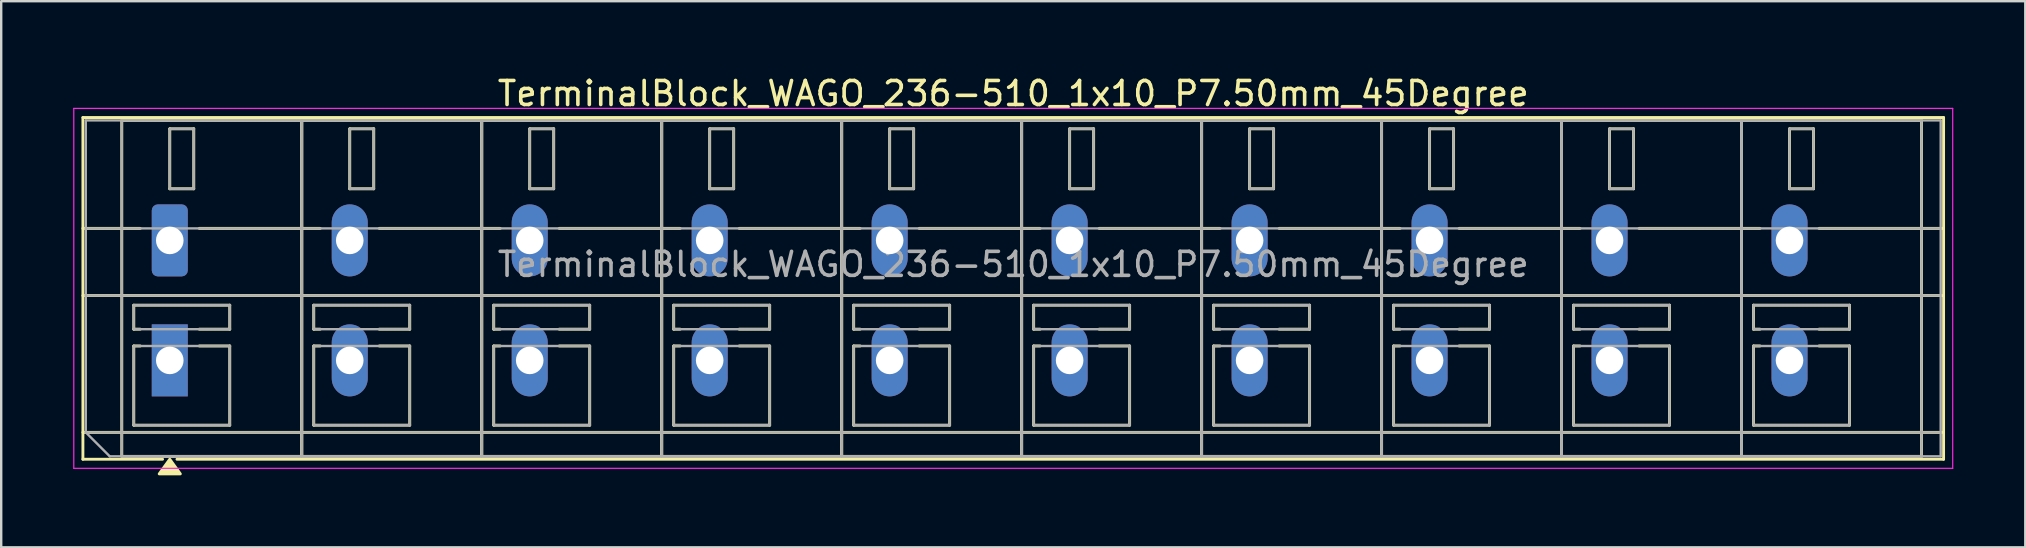
<source format=kicad_pcb>
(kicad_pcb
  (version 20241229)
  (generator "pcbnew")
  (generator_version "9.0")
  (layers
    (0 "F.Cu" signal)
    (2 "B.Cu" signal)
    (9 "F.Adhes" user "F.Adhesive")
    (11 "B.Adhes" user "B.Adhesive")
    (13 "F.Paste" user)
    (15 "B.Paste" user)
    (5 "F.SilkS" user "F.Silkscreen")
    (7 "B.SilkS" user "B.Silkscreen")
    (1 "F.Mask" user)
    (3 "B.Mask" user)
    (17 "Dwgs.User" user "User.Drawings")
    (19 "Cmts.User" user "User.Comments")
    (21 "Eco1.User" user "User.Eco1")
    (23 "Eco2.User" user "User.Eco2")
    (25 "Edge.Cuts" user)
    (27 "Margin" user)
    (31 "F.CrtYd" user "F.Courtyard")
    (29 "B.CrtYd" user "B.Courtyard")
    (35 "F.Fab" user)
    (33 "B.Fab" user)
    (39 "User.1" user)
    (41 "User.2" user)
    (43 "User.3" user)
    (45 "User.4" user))
  (footprint "TerminalBlock_WAGO_236-510_1x10_P7.50mm_45Degree"
    (layer "F.Cu")
    (at 4.025 6.968)
    (property "Reference" "TerminalBlock_WAGO_236-510_1x10_P7.50mm_45Degree" (at 35.15 -6.12 0) (layer "F.SilkS") (effects (font (size 1 1) (thickness 0.15))))
    (attr through_hole)
    (fp_line (start -3.62 -5.12) (end 73.92 -5.12) (stroke (width 0.12) (type solid)) (layer "F.SilkS"))
    (fp_line (start -3.62 -0.5) (end -1.23 -0.5) (stroke (width 0.12) (type solid)) (layer "F.SilkS"))
    (fp_line (start -3.62 2.3) (end 73.92 2.3) (stroke (width 0.12) (type solid)) (layer "F.SilkS"))
    (fp_line (start -3.62 8) (end 73.92 8) (stroke (width 0.12) (type solid)) (layer "F.SilkS"))
    (fp_line (start -3.62 9.12) (end -3.62 -5.12) (stroke (width 0.12) (type solid)) (layer "F.SilkS"))
    (fp_line (start -2 -5) (end 5.5 -5) (stroke (width 0.12) (type solid)) (layer "F.SilkS"))
    (fp_line (start -2 9) (end -2 -5) (stroke (width 0.12) (type solid)) (layer "F.SilkS"))
    (fp_line (start -1.5 2.7) (end 2.5 2.7) (stroke (width 0.12) (type solid)) (layer "F.SilkS"))
    (fp_line (start -1.5 3.7) (end -1.5 2.7) (stroke (width 0.12) (type solid)) (layer "F.SilkS"))
    (fp_line (start -1.5 4.4) (end -1.23 4.4) (stroke (width 0.12) (type solid)) (layer "F.SilkS"))
    (fp_line (start -1.5 7.7) (end -1.5 4.4) (stroke (width 0.12) (type solid)) (layer "F.SilkS"))
    (fp_line (start -1.23 3.7) (end -1.5 3.7) (stroke (width 0.12) (type solid)) (layer "F.SilkS"))
    (fp_line (start -0.3 9.12) (end -3.62 9.12) (stroke (width 0.12) (type solid)) (layer "F.SilkS"))
    (fp_line (start 0 -4.65) (end 1 -4.65) (stroke (width 0.12) (type solid)) (layer "F.SilkS"))
    (fp_line (start 0 -2.15) (end 0 -4.65) (stroke (width 0.12) (type solid)) (layer "F.SilkS"))
    (fp_line (start 1 -4.65) (end 1 -2.15) (stroke (width 0.12) (type solid)) (layer "F.SilkS"))
    (fp_line (start 1 -2.15) (end 0 -2.15) (stroke (width 0.12) (type solid)) (layer "F.SilkS"))
    (fp_line (start 1.23 -0.5) (end 6.27 -0.5) (stroke (width 0.12) (type solid)) (layer "F.SilkS"))
    (fp_line (start 1.23 4.4) (end 2.5 4.4) (stroke (width 0.12) (type solid)) (layer "F.SilkS"))
    (fp_line (start 2.5 2.7) (end 2.5 3.7) (stroke (width 0.12) (type solid)) (layer "F.SilkS"))
    (fp_line (start 2.5 3.7) (end 1.23 3.7) (stroke (width 0.12) (type solid)) (layer "F.SilkS"))
    (fp_line (start 2.5 4.4) (end 2.5 7.7) (stroke (width 0.12) (type solid)) (layer "F.SilkS"))
    (fp_line (start 2.5 7.7) (end -1.5 7.7) (stroke (width 0.12) (type solid)) (layer "F.SilkS"))
    (fp_line (start 5.5 -5) (end 5.5 9) (stroke (width 0.12) (type solid)) (layer "F.SilkS"))
    (fp_line (start 5.5 -5) (end 13 -5) (stroke (width 0.12) (type solid)) (layer "F.SilkS"))
    (fp_line (start 5.5 9) (end -2 9) (stroke (width 0.12) (type solid)) (layer "F.SilkS"))
    (fp_line (start 5.5 9) (end 5.5 -5) (stroke (width 0.12) (type solid)) (layer "F.SilkS"))
    (fp_line (start 6 2.7) (end 10 2.7) (stroke (width 0.12) (type solid)) (layer "F.SilkS"))
    (fp_line (start 6 3.7) (end 6 2.7) (stroke (width 0.12) (type solid)) (layer "F.SilkS"))
    (fp_line (start 6 4.4) (end 6.27 4.4) (stroke (width 0.12) (type solid)) (layer "F.SilkS"))
    (fp_line (start 6 7.7) (end 6 4.4) (stroke (width 0.12) (type solid)) (layer "F.SilkS"))
    (fp_line (start 6.27 3.7) (end 6 3.7) (stroke (width 0.12) (type solid)) (layer "F.SilkS"))
    (fp_line (start 7.5 -4.65) (end 8.5 -4.65) (stroke (width 0.12) (type solid)) (layer "F.SilkS"))
    (fp_line (start 7.5 -2.15) (end 7.5 -4.65) (stroke (width 0.12) (type solid)) (layer "F.SilkS"))
    (fp_line (start 8.5 -4.65) (end 8.5 -2.15) (stroke (width 0.12) (type solid)) (layer "F.SilkS"))
    (fp_line (start 8.5 -2.15) (end 7.5 -2.15) (stroke (width 0.12) (type solid)) (layer "F.SilkS"))
    (fp_line (start 8.73 -0.5) (end 13.77 -0.5) (stroke (width 0.12) (type solid)) (layer "F.SilkS"))
    (fp_line (start 8.73 4.4) (end 10 4.4) (stroke (width 0.12) (type solid)) (layer "F.SilkS"))
    (fp_line (start 10 2.7) (end 10 3.7) (stroke (width 0.12) (type solid)) (layer "F.SilkS"))
    (fp_line (start 10 3.7) (end 8.73 3.7) (stroke (width 0.12) (type solid)) (layer "F.SilkS"))
    (fp_line (start 10 4.4) (end 10 7.7) (stroke (width 0.12) (type solid)) (layer "F.SilkS"))
    (fp_line (start 10 7.7) (end 6 7.7) (stroke (width 0.12) (type solid)) (layer "F.SilkS"))
    (fp_line (start 13 -5) (end 13 9) (stroke (width 0.12) (type solid)) (layer "F.SilkS"))
    (fp_line (start 13 -5) (end 20.5 -5) (stroke (width 0.12) (type solid)) (layer "F.SilkS"))
    (fp_line (start 13 9) (end 5.5 9) (stroke (width 0.12) (type solid)) (layer "F.SilkS"))
    (fp_line (start 13 9) (end 13 -5) (stroke (width 0.12) (type solid)) (layer "F.SilkS"))
    (fp_line (start 13.5 2.7) (end 17.5 2.7) (stroke (width 0.12) (type solid)) (layer "F.SilkS"))
    (fp_line (start 13.5 3.7) (end 13.5 2.7) (stroke (width 0.12) (type solid)) (layer "F.SilkS"))
    (fp_line (start 13.5 4.4) (end 13.77 4.4) (stroke (width 0.12) (type solid)) (layer "F.SilkS"))
    (fp_line (start 13.5 7.7) (end 13.5 4.4) (stroke (width 0.12) (type solid)) (layer "F.SilkS"))
    (fp_line (start 13.77 3.7) (end 13.5 3.7) (stroke (width 0.12) (type solid)) (layer "F.SilkS"))
    (fp_line (start 15 -4.65) (end 16 -4.65) (stroke (width 0.12) (type solid)) (layer "F.SilkS"))
    (fp_line (start 15 -2.15) (end 15 -4.65) (stroke (width 0.12) (type solid)) (layer "F.SilkS"))
    (fp_line (start 16 -4.65) (end 16 -2.15) (stroke (width 0.12) (type solid)) (layer "F.SilkS"))
    (fp_line (start 16 -2.15) (end 15 -2.15) (stroke (width 0.12) (type solid)) (layer "F.SilkS"))
    (fp_line (start 16.23 -0.5) (end 21.27 -0.5) (stroke (width 0.12) (type solid)) (layer "F.SilkS"))
    (fp_line (start 16.23 4.4) (end 17.5 4.4) (stroke (width 0.12) (type solid)) (layer "F.SilkS"))
    (fp_line (start 17.5 2.7) (end 17.5 3.7) (stroke (width 0.12) (type solid)) (layer "F.SilkS"))
    (fp_line (start 17.5 3.7) (end 16.23 3.7) (stroke (width 0.12) (type solid)) (layer "F.SilkS"))
    (fp_line (start 17.5 4.4) (end 17.5 7.7) (stroke (width 0.12) (type solid)) (layer "F.SilkS"))
    (fp_line (start 17.5 7.7) (end 13.5 7.7) (stroke (width 0.12) (type solid)) (layer "F.SilkS"))
    (fp_line (start 20.5 -5) (end 20.5 9) (stroke (width 0.12) (type solid)) (layer "F.SilkS"))
    (fp_line (start 20.5 -5) (end 28 -5) (stroke (width 0.12) (type solid)) (layer "F.SilkS"))
    (fp_line (start 20.5 9) (end 13 9) (stroke (width 0.12) (type solid)) (layer "F.SilkS"))
    (fp_line (start 20.5 9) (end 20.5 -5) (stroke (width 0.12) (type solid)) (layer "F.SilkS"))
    (fp_line (start 21 2.7) (end 25 2.7) (stroke (width 0.12) (type solid)) (layer "F.SilkS"))
    (fp_line (start 21 3.7) (end 21 2.7) (stroke (width 0.12) (type solid)) (layer "F.SilkS"))
    (fp_line (start 21 4.4) (end 21.27 4.4) (stroke (width 0.12) (type solid)) (layer "F.SilkS"))
    (fp_line (start 21 7.7) (end 21 4.4) (stroke (width 0.12) (type solid)) (layer "F.SilkS"))
    (fp_line (start 21.27 3.7) (end 21 3.7) (stroke (width 0.12) (type solid)) (layer "F.SilkS"))
    (fp_line (start 22.5 -4.65) (end 23.5 -4.65) (stroke (width 0.12) (type solid)) (layer "F.SilkS"))
    (fp_line (start 22.5 -2.15) (end 22.5 -4.65) (stroke (width 0.12) (type solid)) (layer "F.SilkS"))
    (fp_line (start 23.5 -4.65) (end 23.5 -2.15) (stroke (width 0.12) (type solid)) (layer "F.SilkS"))
    (fp_line (start 23.5 -2.15) (end 22.5 -2.15) (stroke (width 0.12) (type solid)) (layer "F.SilkS"))
    (fp_line (start 23.73 -0.5) (end 28.77 -0.5) (stroke (width 0.12) (type solid)) (layer "F.SilkS"))
    (fp_line (start 23.73 4.4) (end 25 4.4) (stroke (width 0.12) (type solid)) (layer "F.SilkS"))
    (fp_line (start 25 2.7) (end 25 3.7) (stroke (width 0.12) (type solid)) (layer "F.SilkS"))
    (fp_line (start 25 3.7) (end 23.73 3.7) (stroke (width 0.12) (type solid)) (layer "F.SilkS"))
    (fp_line (start 25 4.4) (end 25 7.7) (stroke (width 0.12) (type solid)) (layer "F.SilkS"))
    (fp_line (start 25 7.7) (end 21 7.7) (stroke (width 0.12) (type solid)) (layer "F.SilkS"))
    (fp_line (start 28 -5) (end 28 9) (stroke (width 0.12) (type solid)) (layer "F.SilkS"))
    (fp_line (start 28 -5) (end 35.5 -5) (stroke (width 0.12) (type solid)) (layer "F.SilkS"))
    (fp_line (start 28 9) (end 20.5 9) (stroke (width 0.12) (type solid)) (layer "F.SilkS"))
    (fp_line (start 28 9) (end 28 -5) (stroke (width 0.12) (type solid)) (layer "F.SilkS"))
    (fp_line (start 28.5 2.7) (end 32.5 2.7) (stroke (width 0.12) (type solid)) (layer "F.SilkS"))
    (fp_line (start 28.5 3.7) (end 28.5 2.7) (stroke (width 0.12) (type solid)) (layer "F.SilkS"))
    (fp_line (start 28.5 4.4) (end 28.77 4.4) (stroke (width 0.12) (type solid)) (layer "F.SilkS"))
    (fp_line (start 28.5 7.7) (end 28.5 4.4) (stroke (width 0.12) (type solid)) (layer "F.SilkS"))
    (fp_line (start 28.77 3.7) (end 28.5 3.7) (stroke (width 0.12) (type solid)) (layer "F.SilkS"))
    (fp_line (start 30 -4.65) (end 31 -4.65) (stroke (width 0.12) (type solid)) (layer "F.SilkS"))
    (fp_line (start 30 -2.15) (end 30 -4.65) (stroke (width 0.12) (type solid)) (layer "F.SilkS"))
    (fp_line (start 31 -4.65) (end 31 -2.15) (stroke (width 0.12) (type solid)) (layer "F.SilkS"))
    (fp_line (start 31 -2.15) (end 30 -2.15) (stroke (width 0.12) (type solid)) (layer "F.SilkS"))
    (fp_line (start 31.23 -0.5) (end 36.27 -0.5) (stroke (width 0.12) (type solid)) (layer "F.SilkS"))
    (fp_line (start 31.23 4.4) (end 32.5 4.4) (stroke (width 0.12) (type solid)) (layer "F.SilkS"))
    (fp_line (start 32.5 2.7) (end 32.5 3.7) (stroke (width 0.12) (type solid)) (layer "F.SilkS"))
    (fp_line (start 32.5 3.7) (end 31.23 3.7) (stroke (width 0.12) (type solid)) (layer "F.SilkS"))
    (fp_line (start 32.5 4.4) (end 32.5 7.7) (stroke (width 0.12) (type solid)) (layer "F.SilkS"))
    (fp_line (start 32.5 7.7) (end 28.5 7.7) (stroke (width 0.12) (type solid)) (layer "F.SilkS"))
    (fp_line (start 35.5 -5) (end 35.5 9) (stroke (width 0.12) (type solid)) (layer "F.SilkS"))
    (fp_line (start 35.5 -5) (end 43 -5) (stroke (width 0.12) (type solid)) (layer "F.SilkS"))
    (fp_line (start 35.5 9) (end 28 9) (stroke (width 0.12) (type solid)) (layer "F.SilkS"))
    (fp_line (start 35.5 9) (end 35.5 -5) (stroke (width 0.12) (type solid)) (layer "F.SilkS"))
    (fp_line (start 36 2.7) (end 40 2.7) (stroke (width 0.12) (type solid)) (layer "F.SilkS"))
    (fp_line (start 36 3.7) (end 36 2.7) (stroke (width 0.12) (type solid)) (layer "F.SilkS"))
    (fp_line (start 36 4.4) (end 36.27 4.4) (stroke (width 0.12) (type solid)) (layer "F.SilkS"))
    (fp_line (start 36 7.7) (end 36 4.4) (stroke (width 0.12) (type solid)) (layer "F.SilkS"))
    (fp_line (start 36.27 3.7) (end 36 3.7) (stroke (width 0.12) (type solid)) (layer "F.SilkS"))
    (fp_line (start 37.5 -4.65) (end 38.5 -4.65) (stroke (width 0.12) (type solid)) (layer "F.SilkS"))
    (fp_line (start 37.5 -2.15) (end 37.5 -4.65) (stroke (width 0.12) (type solid)) (layer "F.SilkS"))
    (fp_line (start 38.5 -4.65) (end 38.5 -2.15) (stroke (width 0.12) (type solid)) (layer "F.SilkS"))
    (fp_line (start 38.5 -2.15) (end 37.5 -2.15) (stroke (width 0.12) (type solid)) (layer "F.SilkS"))
    (fp_line (start 38.73 -0.5) (end 43.77 -0.5) (stroke (width 0.12) (type solid)) (layer "F.SilkS"))
    (fp_line (start 38.73 4.4) (end 40 4.4) (stroke (width 0.12) (type solid)) (layer "F.SilkS"))
    (fp_line (start 40 2.7) (end 40 3.7) (stroke (width 0.12) (type solid)) (layer "F.SilkS"))
    (fp_line (start 40 3.7) (end 38.73 3.7) (stroke (width 0.12) (type solid)) (layer "F.SilkS"))
    (fp_line (start 40 4.4) (end 40 7.7) (stroke (width 0.12) (type solid)) (layer "F.SilkS"))
    (fp_line (start 40 7.7) (end 36 7.7) (stroke (width 0.12) (type solid)) (layer "F.SilkS"))
    (fp_line (start 43 -5) (end 43 9) (stroke (width 0.12) (type solid)) (layer "F.SilkS"))
    (fp_line (start 43 -5) (end 50.5 -5) (stroke (width 0.12) (type solid)) (layer "F.SilkS"))
    (fp_line (start 43 9) (end 35.5 9) (stroke (width 0.12) (type solid)) (layer "F.SilkS"))
    (fp_line (start 43 9) (end 43 -5) (stroke (width 0.12) (type solid)) (layer "F.SilkS"))
    (fp_line (start 43.5 2.7) (end 47.5 2.7) (stroke (width 0.12) (type solid)) (layer "F.SilkS"))
    (fp_line (start 43.5 3.7) (end 43.5 2.7) (stroke (width 0.12) (type solid)) (layer "F.SilkS"))
    (fp_line (start 43.5 4.4) (end 43.77 4.4) (stroke (width 0.12) (type solid)) (layer "F.SilkS"))
    (fp_line (start 43.5 7.7) (end 43.5 4.4) (stroke (width 0.12) (type solid)) (layer "F.SilkS"))
    (fp_line (start 43.77 3.7) (end 43.5 3.7) (stroke (width 0.12) (type solid)) (layer "F.SilkS"))
    (fp_line (start 45 -4.65) (end 46 -4.65) (stroke (width 0.12) (type solid)) (layer "F.SilkS"))
    (fp_line (start 45 -2.15) (end 45 -4.65) (stroke (width 0.12) (type solid)) (layer "F.SilkS"))
    (fp_line (start 46 -4.65) (end 46 -2.15) (stroke (width 0.12) (type solid)) (layer "F.SilkS"))
    (fp_line (start 46 -2.15) (end 45 -2.15) (stroke (width 0.12) (type solid)) (layer "F.SilkS"))
    (fp_line (start 46.23 -0.5) (end 51.27 -0.5) (stroke (width 0.12) (type solid)) (layer "F.SilkS"))
    (fp_line (start 46.23 4.4) (end 47.5 4.4) (stroke (width 0.12) (type solid)) (layer "F.SilkS"))
    (fp_line (start 47.5 2.7) (end 47.5 3.7) (stroke (width 0.12) (type solid)) (layer "F.SilkS"))
    (fp_line (start 47.5 3.7) (end 46.23 3.7) (stroke (width 0.12) (type solid)) (layer "F.SilkS"))
    (fp_line (start 47.5 4.4) (end 47.5 7.7) (stroke (width 0.12) (type solid)) (layer "F.SilkS"))
    (fp_line (start 47.5 7.7) (end 43.5 7.7) (stroke (width 0.12) (type solid)) (layer "F.SilkS"))
    (fp_line (start 50.5 -5) (end 50.5 9) (stroke (width 0.12) (type solid)) (layer "F.SilkS"))
    (fp_line (start 50.5 -5) (end 58 -5) (stroke (width 0.12) (type solid)) (layer "F.SilkS"))
    (fp_line (start 50.5 9) (end 43 9) (stroke (width 0.12) (type solid)) (layer "F.SilkS"))
    (fp_line (start 50.5 9) (end 50.5 -5) (stroke (width 0.12) (type solid)) (layer "F.SilkS"))
    (fp_line (start 51 2.7) (end 55 2.7) (stroke (width 0.12) (type solid)) (layer "F.SilkS"))
    (fp_line (start 51 3.7) (end 51 2.7) (stroke (width 0.12) (type solid)) (layer "F.SilkS"))
    (fp_line (start 51 4.4) (end 51.27 4.4) (stroke (width 0.12) (type solid)) (layer "F.SilkS"))
    (fp_line (start 51 7.7) (end 51 4.4) (stroke (width 0.12) (type solid)) (layer "F.SilkS"))
    (fp_line (start 51.27 3.7) (end 51 3.7) (stroke (width 0.12) (type solid)) (layer "F.SilkS"))
    (fp_line (start 52.5 -4.65) (end 53.5 -4.65) (stroke (width 0.12) (type solid)) (layer "F.SilkS"))
    (fp_line (start 52.5 -2.15) (end 52.5 -4.65) (stroke (width 0.12) (type solid)) (layer "F.SilkS"))
    (fp_line (start 53.5 -4.65) (end 53.5 -2.15) (stroke (width 0.12) (type solid)) (layer "F.SilkS"))
    (fp_line (start 53.5 -2.15) (end 52.5 -2.15) (stroke (width 0.12) (type solid)) (layer "F.SilkS"))
    (fp_line (start 53.73 -0.5) (end 58.77 -0.5) (stroke (width 0.12) (type solid)) (layer "F.SilkS"))
    (fp_line (start 53.73 4.4) (end 55 4.4) (stroke (width 0.12) (type solid)) (layer "F.SilkS"))
    (fp_line (start 55 2.7) (end 55 3.7) (stroke (width 0.12) (type solid)) (layer "F.SilkS"))
    (fp_line (start 55 3.7) (end 53.73 3.7) (stroke (width 0.12) (type solid)) (layer "F.SilkS"))
    (fp_line (start 55 4.4) (end 55 7.7) (stroke (width 0.12) (type solid)) (layer "F.SilkS"))
    (fp_line (start 55 7.7) (end 51 7.7) (stroke (width 0.12) (type solid)) (layer "F.SilkS"))
    (fp_line (start 58 -5) (end 58 9) (stroke (width 0.12) (type solid)) (layer "F.SilkS"))
    (fp_line (start 58 -5) (end 65.5 -5) (stroke (width 0.12) (type solid)) (layer "F.SilkS"))
    (fp_line (start 58 9) (end 50.5 9) (stroke (width 0.12) (type solid)) (layer "F.SilkS"))
    (fp_line (start 58 9) (end 58 -5) (stroke (width 0.12) (type solid)) (layer "F.SilkS"))
    (fp_line (start 58.5 2.7) (end 62.5 2.7) (stroke (width 0.12) (type solid)) (layer "F.SilkS"))
    (fp_line (start 58.5 3.7) (end 58.5 2.7) (stroke (width 0.12) (type solid)) (layer "F.SilkS"))
    (fp_line (start 58.5 4.4) (end 58.77 4.4) (stroke (width 0.12) (type solid)) (layer "F.SilkS"))
    (fp_line (start 58.5 7.7) (end 58.5 4.4) (stroke (width 0.12) (type solid)) (layer "F.SilkS"))
    (fp_line (start 58.77 3.7) (end 58.5 3.7) (stroke (width 0.12) (type solid)) (layer "F.SilkS"))
    (fp_line (start 60 -4.65) (end 61 -4.65) (stroke (width 0.12) (type solid)) (layer "F.SilkS"))
    (fp_line (start 60 -2.15) (end 60 -4.65) (stroke (width 0.12) (type solid)) (layer "F.SilkS"))
    (fp_line (start 61 -4.65) (end 61 -2.15) (stroke (width 0.12) (type solid)) (layer "F.SilkS"))
    (fp_line (start 61 -2.15) (end 60 -2.15) (stroke (width 0.12) (type solid)) (layer "F.SilkS"))
    (fp_line (start 61.23 -0.5) (end 66.27 -0.5) (stroke (width 0.12) (type solid)) (layer "F.SilkS"))
    (fp_line (start 61.23 4.4) (end 62.5 4.4) (stroke (width 0.12) (type solid)) (layer "F.SilkS"))
    (fp_line (start 62.5 2.7) (end 62.5 3.7) (stroke (width 0.12) (type solid)) (layer "F.SilkS"))
    (fp_line (start 62.5 3.7) (end 61.23 3.7) (stroke (width 0.12) (type solid)) (layer "F.SilkS"))
    (fp_line (start 62.5 4.4) (end 62.5 7.7) (stroke (width 0.12) (type solid)) (layer "F.SilkS"))
    (fp_line (start 62.5 7.7) (end 58.5 7.7) (stroke (width 0.12) (type solid)) (layer "F.SilkS"))
    (fp_line (start 65.5 -5) (end 65.5 9) (stroke (width 0.12) (type solid)) (layer "F.SilkS"))
    (fp_line (start 65.5 -5) (end 73 -5) (stroke (width 0.12) (type solid)) (layer "F.SilkS"))
    (fp_line (start 65.5 9) (end 58 9) (stroke (width 0.12) (type solid)) (layer "F.SilkS"))
    (fp_line (start 65.5 9) (end 65.5 -5) (stroke (width 0.12) (type solid)) (layer "F.SilkS"))
    (fp_line (start 66 2.7) (end 70 2.7) (stroke (width 0.12) (type solid)) (layer "F.SilkS"))
    (fp_line (start 66 3.7) (end 66 2.7) (stroke (width 0.12) (type solid)) (layer "F.SilkS"))
    (fp_line (start 66 4.4) (end 66.27 4.4) (stroke (width 0.12) (type solid)) (layer "F.SilkS"))
    (fp_line (start 66 7.7) (end 66 4.4) (stroke (width 0.12) (type solid)) (layer "F.SilkS"))
    (fp_line (start 66.27 3.7) (end 66 3.7) (stroke (width 0.12) (type solid)) (layer "F.SilkS"))
    (fp_line (start 67.5 -4.65) (end 68.5 -4.65) (stroke (width 0.12) (type solid)) (layer "F.SilkS"))
    (fp_line (start 67.5 -2.15) (end 67.5 -4.65) (stroke (width 0.12) (type solid)) (layer "F.SilkS"))
    (fp_line (start 68.5 -4.65) (end 68.5 -2.15) (stroke (width 0.12) (type solid)) (layer "F.SilkS"))
    (fp_line (start 68.5 -2.15) (end 67.5 -2.15) (stroke (width 0.12) (type solid)) (layer "F.SilkS"))
    (fp_line (start 68.73 -0.5) (end 73.92 -0.5) (stroke (width 0.12) (type solid)) (layer "F.SilkS"))
    (fp_line (start 68.73 4.4) (end 70 4.4) (stroke (width 0.12) (type solid)) (layer "F.SilkS"))
    (fp_line (start 70 2.7) (end 70 3.7) (stroke (width 0.12) (type solid)) (layer "F.SilkS"))
    (fp_line (start 70 3.7) (end 68.73 3.7) (stroke (width 0.12) (type solid)) (layer "F.SilkS"))
    (fp_line (start 70 4.4) (end 70 7.7) (stroke (width 0.12) (type solid)) (layer "F.SilkS"))
    (fp_line (start 70 7.7) (end 66 7.7) (stroke (width 0.12) (type solid)) (layer "F.SilkS"))
    (fp_line (start 73 -5) (end 73 9) (stroke (width 0.12) (type solid)) (layer "F.SilkS"))
    (fp_line (start 73 9) (end 65.5 9) (stroke (width 0.12) (type solid)) (layer "F.SilkS"))
    (fp_line (start 73.92 -5.12) (end 73.92 9.12) (stroke (width 0.12) (type solid)) (layer "F.SilkS"))
    (fp_line (start 73.92 9.12) (end 0.3 9.12) (stroke (width 0.12) (type solid)) (layer "F.SilkS"))
    (fp_poly (pts (xy 0 9.12) (xy 0.44 9.73) (xy -0.44 9.73)) (stroke (width 0.12) (type solid)) (fill yes) (layer "F.SilkS"))
    (fp_line (start -4 -5.5) (end -4 9.5) (stroke (width 0.05) (type solid)) (layer "F.CrtYd"))
    (fp_line (start -4 9.5) (end 74.3 9.5) (stroke (width 0.05) (type solid)) (layer "F.CrtYd"))
    (fp_line (start 74.3 -5.5) (end -4 -5.5) (stroke (width 0.05) (type solid)) (layer "F.CrtYd"))
    (fp_line (start 74.3 9.5) (end 74.3 -5.5) (stroke (width 0.05) (type solid)) (layer "F.CrtYd"))
    (fp_line (start -3.5 -5) (end 73.8 -5) (stroke (width 0.1) (type solid)) (layer "F.Fab"))
    (fp_line (start -3.5 -0.5) (end 73.8 -0.5) (stroke (width 0.1) (type solid)) (layer "F.Fab"))
    (fp_line (start -3.5 2.3) (end 73.8 2.3) (stroke (width 0.1) (type solid)) (layer "F.Fab"))
    (fp_line (start -3.5 8) (end -3.5 -5) (stroke (width 0.1) (type solid)) (layer "F.Fab"))
    (fp_line (start -3.5 8) (end 73.8 8) (stroke (width 0.1) (type solid)) (layer "F.Fab"))
    (fp_line (start -2.5 9) (end -3.5 8) (stroke (width 0.1) (type solid)) (layer "F.Fab"))
    (fp_line (start -2 -5) (end -2 9) (stroke (width 0.1) (type solid)) (layer "F.Fab"))
    (fp_line (start -2 9) (end 5.5 9) (stroke (width 0.1) (type solid)) (layer "F.Fab"))
    (fp_line (start -1.5 2.7) (end -1.5 3.7) (stroke (width 0.1) (type solid)) (layer "F.Fab"))
    (fp_line (start -1.5 3.7) (end 2.5 3.7) (stroke (width 0.1) (type solid)) (layer "F.Fab"))
    (fp_line (start -1.5 4.4) (end -1.5 7.7) (stroke (width 0.1) (type solid)) (layer "F.Fab"))
    (fp_line (start -1.5 7.7) (end 2.5 7.7) (stroke (width 0.1) (type solid)) (layer "F.Fab"))
    (fp_line (start 0 -4.65) (end 0 -2.15) (stroke (width 0.1) (type solid)) (layer "F.Fab"))
    (fp_line (start 0 -2.15) (end 1 -2.15) (stroke (width 0.1) (type solid)) (layer "F.Fab"))
    (fp_line (start 1 -4.65) (end 0 -4.65) (stroke (width 0.1) (type solid)) (layer "F.Fab"))
    (fp_line (start 1 -2.15) (end 1 -4.65) (stroke (width 0.1) (type solid)) (layer "F.Fab"))
    (fp_line (start 2.5 2.7) (end -1.5 2.7) (stroke (width 0.1) (type solid)) (layer "F.Fab"))
    (fp_line (start 2.5 3.7) (end 2.5 2.7) (stroke (width 0.1) (type solid)) (layer "F.Fab"))
    (fp_line (start 2.5 4.4) (end -1.5 4.4) (stroke (width 0.1) (type solid)) (layer "F.Fab"))
    (fp_line (start 2.5 7.7) (end 2.5 4.4) (stroke (width 0.1) (type solid)) (layer "F.Fab"))
    (fp_line (start 5.5 -5) (end -2 -5) (stroke (width 0.1) (type solid)) (layer "F.Fab"))
    (fp_line (start 5.5 -5) (end 5.5 9) (stroke (width 0.1) (type solid)) (layer "F.Fab"))
    (fp_line (start 5.5 9) (end 5.5 -5) (stroke (width 0.1) (type solid)) (layer "F.Fab"))
    (fp_line (start 5.5 9) (end 13 9) (stroke (width 0.1) (type solid)) (layer "F.Fab"))
    (fp_line (start 6 2.7) (end 6 3.7) (stroke (width 0.1) (type solid)) (layer "F.Fab"))
    (fp_line (start 6 3.7) (end 10 3.7) (stroke (width 0.1) (type solid)) (layer "F.Fab"))
    (fp_line (start 6 4.4) (end 6 7.7) (stroke (width 0.1) (type solid)) (layer "F.Fab"))
    (fp_line (start 6 7.7) (end 10 7.7) (stroke (width 0.1) (type solid)) (layer "F.Fab"))
    (fp_line (start 7.5 -4.65) (end 7.5 -2.15) (stroke (width 0.1) (type solid)) (layer "F.Fab"))
    (fp_line (start 7.5 -2.15) (end 8.5 -2.15) (stroke (width 0.1) (type solid)) (layer "F.Fab"))
    (fp_line (start 8.5 -4.65) (end 7.5 -4.65) (stroke (width 0.1) (type solid)) (layer "F.Fab"))
    (fp_line (start 8.5 -2.15) (end 8.5 -4.65) (stroke (width 0.1) (type solid)) (layer "F.Fab"))
    (fp_line (start 10 2.7) (end 6 2.7) (stroke (width 0.1) (type solid)) (layer "F.Fab"))
    (fp_line (start 10 3.7) (end 10 2.7) (stroke (width 0.1) (type solid)) (layer "F.Fab"))
    (fp_line (start 10 4.4) (end 6 4.4) (stroke (width 0.1) (type solid)) (layer "F.Fab"))
    (fp_line (start 10 7.7) (end 10 4.4) (stroke (width 0.1) (type solid)) (layer "F.Fab"))
    (fp_line (start 13 -5) (end 5.5 -5) (stroke (width 0.1) (type solid)) (layer "F.Fab"))
    (fp_line (start 13 -5) (end 13 9) (stroke (width 0.1) (type solid)) (layer "F.Fab"))
    (fp_line (start 13 9) (end 13 -5) (stroke (width 0.1) (type solid)) (layer "F.Fab"))
    (fp_line (start 13 9) (end 20.5 9) (stroke (width 0.1) (type solid)) (layer "F.Fab"))
    (fp_line (start 13.5 2.7) (end 13.5 3.7) (stroke (width 0.1) (type solid)) (layer "F.Fab"))
    (fp_line (start 13.5 3.7) (end 17.5 3.7) (stroke (width 0.1) (type solid)) (layer "F.Fab"))
    (fp_line (start 13.5 4.4) (end 13.5 7.7) (stroke (width 0.1) (type solid)) (layer "F.Fab"))
    (fp_line (start 13.5 7.7) (end 17.5 7.7) (stroke (width 0.1) (type solid)) (layer "F.Fab"))
    (fp_line (start 15 -4.65) (end 15 -2.15) (stroke (width 0.1) (type solid)) (layer "F.Fab"))
    (fp_line (start 15 -2.15) (end 16 -2.15) (stroke (width 0.1) (type solid)) (layer "F.Fab"))
    (fp_line (start 16 -4.65) (end 15 -4.65) (stroke (width 0.1) (type solid)) (layer "F.Fab"))
    (fp_line (start 16 -2.15) (end 16 -4.65) (stroke (width 0.1) (type solid)) (layer "F.Fab"))
    (fp_line (start 17.5 2.7) (end 13.5 2.7) (stroke (width 0.1) (type solid)) (layer "F.Fab"))
    (fp_line (start 17.5 3.7) (end 17.5 2.7) (stroke (width 0.1) (type solid)) (layer "F.Fab"))
    (fp_line (start 17.5 4.4) (end 13.5 4.4) (stroke (width 0.1) (type solid)) (layer "F.Fab"))
    (fp_line (start 17.5 7.7) (end 17.5 4.4) (stroke (width 0.1) (type solid)) (layer "F.Fab"))
    (fp_line (start 20.5 -5) (end 13 -5) (stroke (width 0.1) (type solid)) (layer "F.Fab"))
    (fp_line (start 20.5 -5) (end 20.5 9) (stroke (width 0.1) (type solid)) (layer "F.Fab"))
    (fp_line (start 20.5 9) (end 20.5 -5) (stroke (width 0.1) (type solid)) (layer "F.Fab"))
    (fp_line (start 20.5 9) (end 28 9) (stroke (width 0.1) (type solid)) (layer "F.Fab"))
    (fp_line (start 21 2.7) (end 21 3.7) (stroke (width 0.1) (type solid)) (layer "F.Fab"))
    (fp_line (start 21 3.7) (end 25 3.7) (stroke (width 0.1) (type solid)) (layer "F.Fab"))
    (fp_line (start 21 4.4) (end 21 7.7) (stroke (width 0.1) (type solid)) (layer "F.Fab"))
    (fp_line (start 21 7.7) (end 25 7.7) (stroke (width 0.1) (type solid)) (layer "F.Fab"))
    (fp_line (start 22.5 -4.65) (end 22.5 -2.15) (stroke (width 0.1) (type solid)) (layer "F.Fab"))
    (fp_line (start 22.5 -2.15) (end 23.5 -2.15) (stroke (width 0.1) (type solid)) (layer "F.Fab"))
    (fp_line (start 23.5 -4.65) (end 22.5 -4.65) (stroke (width 0.1) (type solid)) (layer "F.Fab"))
    (fp_line (start 23.5 -2.15) (end 23.5 -4.65) (stroke (width 0.1) (type solid)) (layer "F.Fab"))
    (fp_line (start 25 2.7) (end 21 2.7) (stroke (width 0.1) (type solid)) (layer "F.Fab"))
    (fp_line (start 25 3.7) (end 25 2.7) (stroke (width 0.1) (type solid)) (layer "F.Fab"))
    (fp_line (start 25 4.4) (end 21 4.4) (stroke (width 0.1) (type solid)) (layer "F.Fab"))
    (fp_line (start 25 7.7) (end 25 4.4) (stroke (width 0.1) (type solid)) (layer "F.Fab"))
    (fp_line (start 28 -5) (end 20.5 -5) (stroke (width 0.1) (type solid)) (layer "F.Fab"))
    (fp_line (start 28 -5) (end 28 9) (stroke (width 0.1) (type solid)) (layer "F.Fab"))
    (fp_line (start 28 9) (end 28 -5) (stroke (width 0.1) (type solid)) (layer "F.Fab"))
    (fp_line (start 28 9) (end 35.5 9) (stroke (width 0.1) (type solid)) (layer "F.Fab"))
    (fp_line (start 28.5 2.7) (end 28.5 3.7) (stroke (width 0.1) (type solid)) (layer "F.Fab"))
    (fp_line (start 28.5 3.7) (end 32.5 3.7) (stroke (width 0.1) (type solid)) (layer "F.Fab"))
    (fp_line (start 28.5 4.4) (end 28.5 7.7) (stroke (width 0.1) (type solid)) (layer "F.Fab"))
    (fp_line (start 28.5 7.7) (end 32.5 7.7) (stroke (width 0.1) (type solid)) (layer "F.Fab"))
    (fp_line (start 30 -4.65) (end 30 -2.15) (stroke (width 0.1) (type solid)) (layer "F.Fab"))
    (fp_line (start 30 -2.15) (end 31 -2.15) (stroke (width 0.1) (type solid)) (layer "F.Fab"))
    (fp_line (start 31 -4.65) (end 30 -4.65) (stroke (width 0.1) (type solid)) (layer "F.Fab"))
    (fp_line (start 31 -2.15) (end 31 -4.65) (stroke (width 0.1) (type solid)) (layer "F.Fab"))
    (fp_line (start 32.5 2.7) (end 28.5 2.7) (stroke (width 0.1) (type solid)) (layer "F.Fab"))
    (fp_line (start 32.5 3.7) (end 32.5 2.7) (stroke (width 0.1) (type solid)) (layer "F.Fab"))
    (fp_line (start 32.5 4.4) (end 28.5 4.4) (stroke (width 0.1) (type solid)) (layer "F.Fab"))
    (fp_line (start 32.5 7.7) (end 32.5 4.4) (stroke (width 0.1) (type solid)) (layer "F.Fab"))
    (fp_line (start 35.5 -5) (end 28 -5) (stroke (width 0.1) (type solid)) (layer "F.Fab"))
    (fp_line (start 35.5 -5) (end 35.5 9) (stroke (width 0.1) (type solid)) (layer "F.Fab"))
    (fp_line (start 35.5 9) (end 35.5 -5) (stroke (width 0.1) (type solid)) (layer "F.Fab"))
    (fp_line (start 35.5 9) (end 43 9) (stroke (width 0.1) (type solid)) (layer "F.Fab"))
    (fp_line (start 36 2.7) (end 36 3.7) (stroke (width 0.1) (type solid)) (layer "F.Fab"))
    (fp_line (start 36 3.7) (end 40 3.7) (stroke (width 0.1) (type solid)) (layer "F.Fab"))
    (fp_line (start 36 4.4) (end 36 7.7) (stroke (width 0.1) (type solid)) (layer "F.Fab"))
    (fp_line (start 36 7.7) (end 40 7.7) (stroke (width 0.1) (type solid)) (layer "F.Fab"))
    (fp_line (start 37.5 -4.65) (end 37.5 -2.15) (stroke (width 0.1) (type solid)) (layer "F.Fab"))
    (fp_line (start 37.5 -2.15) (end 38.5 -2.15) (stroke (width 0.1) (type solid)) (layer "F.Fab"))
    (fp_line (start 38.5 -4.65) (end 37.5 -4.65) (stroke (width 0.1) (type solid)) (layer "F.Fab"))
    (fp_line (start 38.5 -2.15) (end 38.5 -4.65) (stroke (width 0.1) (type solid)) (layer "F.Fab"))
    (fp_line (start 40 2.7) (end 36 2.7) (stroke (width 0.1) (type solid)) (layer "F.Fab"))
    (fp_line (start 40 3.7) (end 40 2.7) (stroke (width 0.1) (type solid)) (layer "F.Fab"))
    (fp_line (start 40 4.4) (end 36 4.4) (stroke (width 0.1) (type solid)) (layer "F.Fab"))
    (fp_line (start 40 7.7) (end 40 4.4) (stroke (width 0.1) (type solid)) (layer "F.Fab"))
    (fp_line (start 43 -5) (end 35.5 -5) (stroke (width 0.1) (type solid)) (layer "F.Fab"))
    (fp_line (start 43 -5) (end 43 9) (stroke (width 0.1) (type solid)) (layer "F.Fab"))
    (fp_line (start 43 9) (end 43 -5) (stroke (width 0.1) (type solid)) (layer "F.Fab"))
    (fp_line (start 43 9) (end 50.5 9) (stroke (width 0.1) (type solid)) (layer "F.Fab"))
    (fp_line (start 43.5 2.7) (end 43.5 3.7) (stroke (width 0.1) (type solid)) (layer "F.Fab"))
    (fp_line (start 43.5 3.7) (end 47.5 3.7) (stroke (width 0.1) (type solid)) (layer "F.Fab"))
    (fp_line (start 43.5 4.4) (end 43.5 7.7) (stroke (width 0.1) (type solid)) (layer "F.Fab"))
    (fp_line (start 43.5 7.7) (end 47.5 7.7) (stroke (width 0.1) (type solid)) (layer "F.Fab"))
    (fp_line (start 45 -4.65) (end 45 -2.15) (stroke (width 0.1) (type solid)) (layer "F.Fab"))
    (fp_line (start 45 -2.15) (end 46 -2.15) (stroke (width 0.1) (type solid)) (layer "F.Fab"))
    (fp_line (start 46 -4.65) (end 45 -4.65) (stroke (width 0.1) (type solid)) (layer "F.Fab"))
    (fp_line (start 46 -2.15) (end 46 -4.65) (stroke (width 0.1) (type solid)) (layer "F.Fab"))
    (fp_line (start 47.5 2.7) (end 43.5 2.7) (stroke (width 0.1) (type solid)) (layer "F.Fab"))
    (fp_line (start 47.5 3.7) (end 47.5 2.7) (stroke (width 0.1) (type solid)) (layer "F.Fab"))
    (fp_line (start 47.5 4.4) (end 43.5 4.4) (stroke (width 0.1) (type solid)) (layer "F.Fab"))
    (fp_line (start 47.5 7.7) (end 47.5 4.4) (stroke (width 0.1) (type solid)) (layer "F.Fab"))
    (fp_line (start 50.5 -5) (end 43 -5) (stroke (width 0.1) (type solid)) (layer "F.Fab"))
    (fp_line (start 50.5 -5) (end 50.5 9) (stroke (width 0.1) (type solid)) (layer "F.Fab"))
    (fp_line (start 50.5 9) (end 50.5 -5) (stroke (width 0.1) (type solid)) (layer "F.Fab"))
    (fp_line (start 50.5 9) (end 58 9) (stroke (width 0.1) (type solid)) (layer "F.Fab"))
    (fp_line (start 51 2.7) (end 51 3.7) (stroke (width 0.1) (type solid)) (layer "F.Fab"))
    (fp_line (start 51 3.7) (end 55 3.7) (stroke (width 0.1) (type solid)) (layer "F.Fab"))
    (fp_line (start 51 4.4) (end 51 7.7) (stroke (width 0.1) (type solid)) (layer "F.Fab"))
    (fp_line (start 51 7.7) (end 55 7.7) (stroke (width 0.1) (type solid)) (layer "F.Fab"))
    (fp_line (start 52.5 -4.65) (end 52.5 -2.15) (stroke (width 0.1) (type solid)) (layer "F.Fab"))
    (fp_line (start 52.5 -2.15) (end 53.5 -2.15) (stroke (width 0.1) (type solid)) (layer "F.Fab"))
    (fp_line (start 53.5 -4.65) (end 52.5 -4.65) (stroke (width 0.1) (type solid)) (layer "F.Fab"))
    (fp_line (start 53.5 -2.15) (end 53.5 -4.65) (stroke (width 0.1) (type solid)) (layer "F.Fab"))
    (fp_line (start 55 2.7) (end 51 2.7) (stroke (width 0.1) (type solid)) (layer "F.Fab"))
    (fp_line (start 55 3.7) (end 55 2.7) (stroke (width 0.1) (type solid)) (layer "F.Fab"))
    (fp_line (start 55 4.4) (end 51 4.4) (stroke (width 0.1) (type solid)) (layer "F.Fab"))
    (fp_line (start 55 7.7) (end 55 4.4) (stroke (width 0.1) (type solid)) (layer "F.Fab"))
    (fp_line (start 58 -5) (end 50.5 -5) (stroke (width 0.1) (type solid)) (layer "F.Fab"))
    (fp_line (start 58 -5) (end 58 9) (stroke (width 0.1) (type solid)) (layer "F.Fab"))
    (fp_line (start 58 9) (end 58 -5) (stroke (width 0.1) (type solid)) (layer "F.Fab"))
    (fp_line (start 58 9) (end 65.5 9) (stroke (width 0.1) (type solid)) (layer "F.Fab"))
    (fp_line (start 58.5 2.7) (end 58.5 3.7) (stroke (width 0.1) (type solid)) (layer "F.Fab"))
    (fp_line (start 58.5 3.7) (end 62.5 3.7) (stroke (width 0.1) (type solid)) (layer "F.Fab"))
    (fp_line (start 58.5 4.4) (end 58.5 7.7) (stroke (width 0.1) (type solid)) (layer "F.Fab"))
    (fp_line (start 58.5 7.7) (end 62.5 7.7) (stroke (width 0.1) (type solid)) (layer "F.Fab"))
    (fp_line (start 60 -4.65) (end 60 -2.15) (stroke (width 0.1) (type solid)) (layer "F.Fab"))
    (fp_line (start 60 -2.15) (end 61 -2.15) (stroke (width 0.1) (type solid)) (layer "F.Fab"))
    (fp_line (start 61 -4.65) (end 60 -4.65) (stroke (width 0.1) (type solid)) (layer "F.Fab"))
    (fp_line (start 61 -2.15) (end 61 -4.65) (stroke (width 0.1) (type solid)) (layer "F.Fab"))
    (fp_line (start 62.5 2.7) (end 58.5 2.7) (stroke (width 0.1) (type solid)) (layer "F.Fab"))
    (fp_line (start 62.5 3.7) (end 62.5 2.7) (stroke (width 0.1) (type solid)) (layer "F.Fab"))
    (fp_line (start 62.5 4.4) (end 58.5 4.4) (stroke (width 0.1) (type solid)) (layer "F.Fab"))
    (fp_line (start 62.5 7.7) (end 62.5 4.4) (stroke (width 0.1) (type solid)) (layer "F.Fab"))
    (fp_line (start 65.5 -5) (end 58 -5) (stroke (width 0.1) (type solid)) (layer "F.Fab"))
    (fp_line (start 65.5 -5) (end 65.5 9) (stroke (width 0.1) (type solid)) (layer "F.Fab"))
    (fp_line (start 65.5 9) (end 65.5 -5) (stroke (width 0.1) (type solid)) (layer "F.Fab"))
    (fp_line (start 65.5 9) (end 73 9) (stroke (width 0.1) (type solid)) (layer "F.Fab"))
    (fp_line (start 66 2.7) (end 66 3.7) (stroke (width 0.1) (type solid)) (layer "F.Fab"))
    (fp_line (start 66 3.7) (end 70 3.7) (stroke (width 0.1) (type solid)) (layer "F.Fab"))
    (fp_line (start 66 4.4) (end 66 7.7) (stroke (width 0.1) (type solid)) (layer "F.Fab"))
    (fp_line (start 66 7.7) (end 70 7.7) (stroke (width 0.1) (type solid)) (layer "F.Fab"))
    (fp_line (start 67.5 -4.65) (end 67.5 -2.15) (stroke (width 0.1) (type solid)) (layer "F.Fab"))
    (fp_line (start 67.5 -2.15) (end 68.5 -2.15) (stroke (width 0.1) (type solid)) (layer "F.Fab"))
    (fp_line (start 68.5 -4.65) (end 67.5 -4.65) (stroke (width 0.1) (type solid)) (layer "F.Fab"))
    (fp_line (start 68.5 -2.15) (end 68.5 -4.65) (stroke (width 0.1) (type solid)) (layer "F.Fab"))
    (fp_line (start 70 2.7) (end 66 2.7) (stroke (width 0.1) (type solid)) (layer "F.Fab"))
    (fp_line (start 70 3.7) (end 70 2.7) (stroke (width 0.1) (type solid)) (layer "F.Fab"))
    (fp_line (start 70 4.4) (end 66 4.4) (stroke (width 0.1) (type solid)) (layer "F.Fab"))
    (fp_line (start 70 7.7) (end 70 4.4) (stroke (width 0.1) (type solid)) (layer "F.Fab"))
    (fp_line (start 73 -5) (end 65.5 -5) (stroke (width 0.1) (type solid)) (layer "F.Fab"))
    (fp_line (start 73 9) (end 73 -5) (stroke (width 0.1) (type solid)) (layer "F.Fab"))
    (fp_line (start 73.8 -5) (end 73.8 9) (stroke (width 0.1) (type solid)) (layer "F.Fab"))
    (fp_line (start 73.8 9) (end -2.5 9) (stroke (width 0.1) (type solid)) (layer "F.Fab"))
    (fp_text user "${REFERENCE}" (at 35.15 1 0) (layer "F.Fab") (effects (font (size 1 1) (thickness 0.15))))
    (pad "1" thru_hole roundrect (at 0 0) (size 1.5 3) (drill 1.15) (layers "*.Cu" "*.Mask") (roundrect_rratio 0.167))
    (pad "1" thru_hole rect (at 0 5) (size 1.5 3) (drill 1.15) (layers "*.Cu" "*.Mask"))
    (pad "2" thru_hole oval (at 7.5 0) (size 1.5 3) (drill 1.15) (layers "*.Cu" "*.Mask"))
    (pad "2" thru_hole oval (at 7.5 5) (size 1.5 3) (drill 1.15) (layers "*.Cu" "*.Mask"))
    (pad "3" thru_hole oval (at 15 0) (size 1.5 3) (drill 1.15) (layers "*.Cu" "*.Mask"))
    (pad "3" thru_hole oval (at 15 5) (size 1.5 3) (drill 1.15) (layers "*.Cu" "*.Mask"))
    (pad "4" thru_hole oval (at 22.5 0) (size 1.5 3) (drill 1.15) (layers "*.Cu" "*.Mask"))
    (pad "4" thru_hole oval (at 22.5 5) (size 1.5 3) (drill 1.15) (layers "*.Cu" "*.Mask"))
    (pad "5" thru_hole oval (at 30 0) (size 1.5 3) (drill 1.15) (layers "*.Cu" "*.Mask"))
    (pad "5" thru_hole oval (at 30 5) (size 1.5 3) (drill 1.15) (layers "*.Cu" "*.Mask"))
    (pad "6" thru_hole oval (at 37.5 0) (size 1.5 3) (drill 1.15) (layers "*.Cu" "*.Mask"))
    (pad "6" thru_hole oval (at 37.5 5) (size 1.5 3) (drill 1.15) (layers "*.Cu" "*.Mask"))
    (pad "7" thru_hole oval (at 45 0) (size 1.5 3) (drill 1.15) (layers "*.Cu" "*.Mask"))
    (pad "7" thru_hole oval (at 45 5) (size 1.5 3) (drill 1.15) (layers "*.Cu" "*.Mask"))
    (pad "8" thru_hole oval (at 52.5 0) (size 1.5 3) (drill 1.15) (layers "*.Cu" "*.Mask"))
    (pad "8" thru_hole oval (at 52.5 5) (size 1.5 3) (drill 1.15) (layers "*.Cu" "*.Mask"))
    (pad "9" thru_hole oval (at 60 0) (size 1.5 3) (drill 1.15) (layers "*.Cu" "*.Mask"))
    (pad "9" thru_hole oval (at 60 5) (size 1.5 3) (drill 1.15) (layers "*.Cu" "*.Mask"))
    (pad "10" thru_hole oval (at 67.5 0) (size 1.5 3) (drill 1.15) (layers "*.Cu" "*.Mask"))
    (pad "10" thru_hole oval (at 67.5 5) (size 1.5 3) (drill 1.15) (layers "*.Cu" "*.Mask")))
  (gr_rect
    (start -3 -3)
    (end 81.35 19.758)
    (stroke (width 0.1) (type default))
    (fill no)
    (layer "Edge.Cuts")))
</source>
